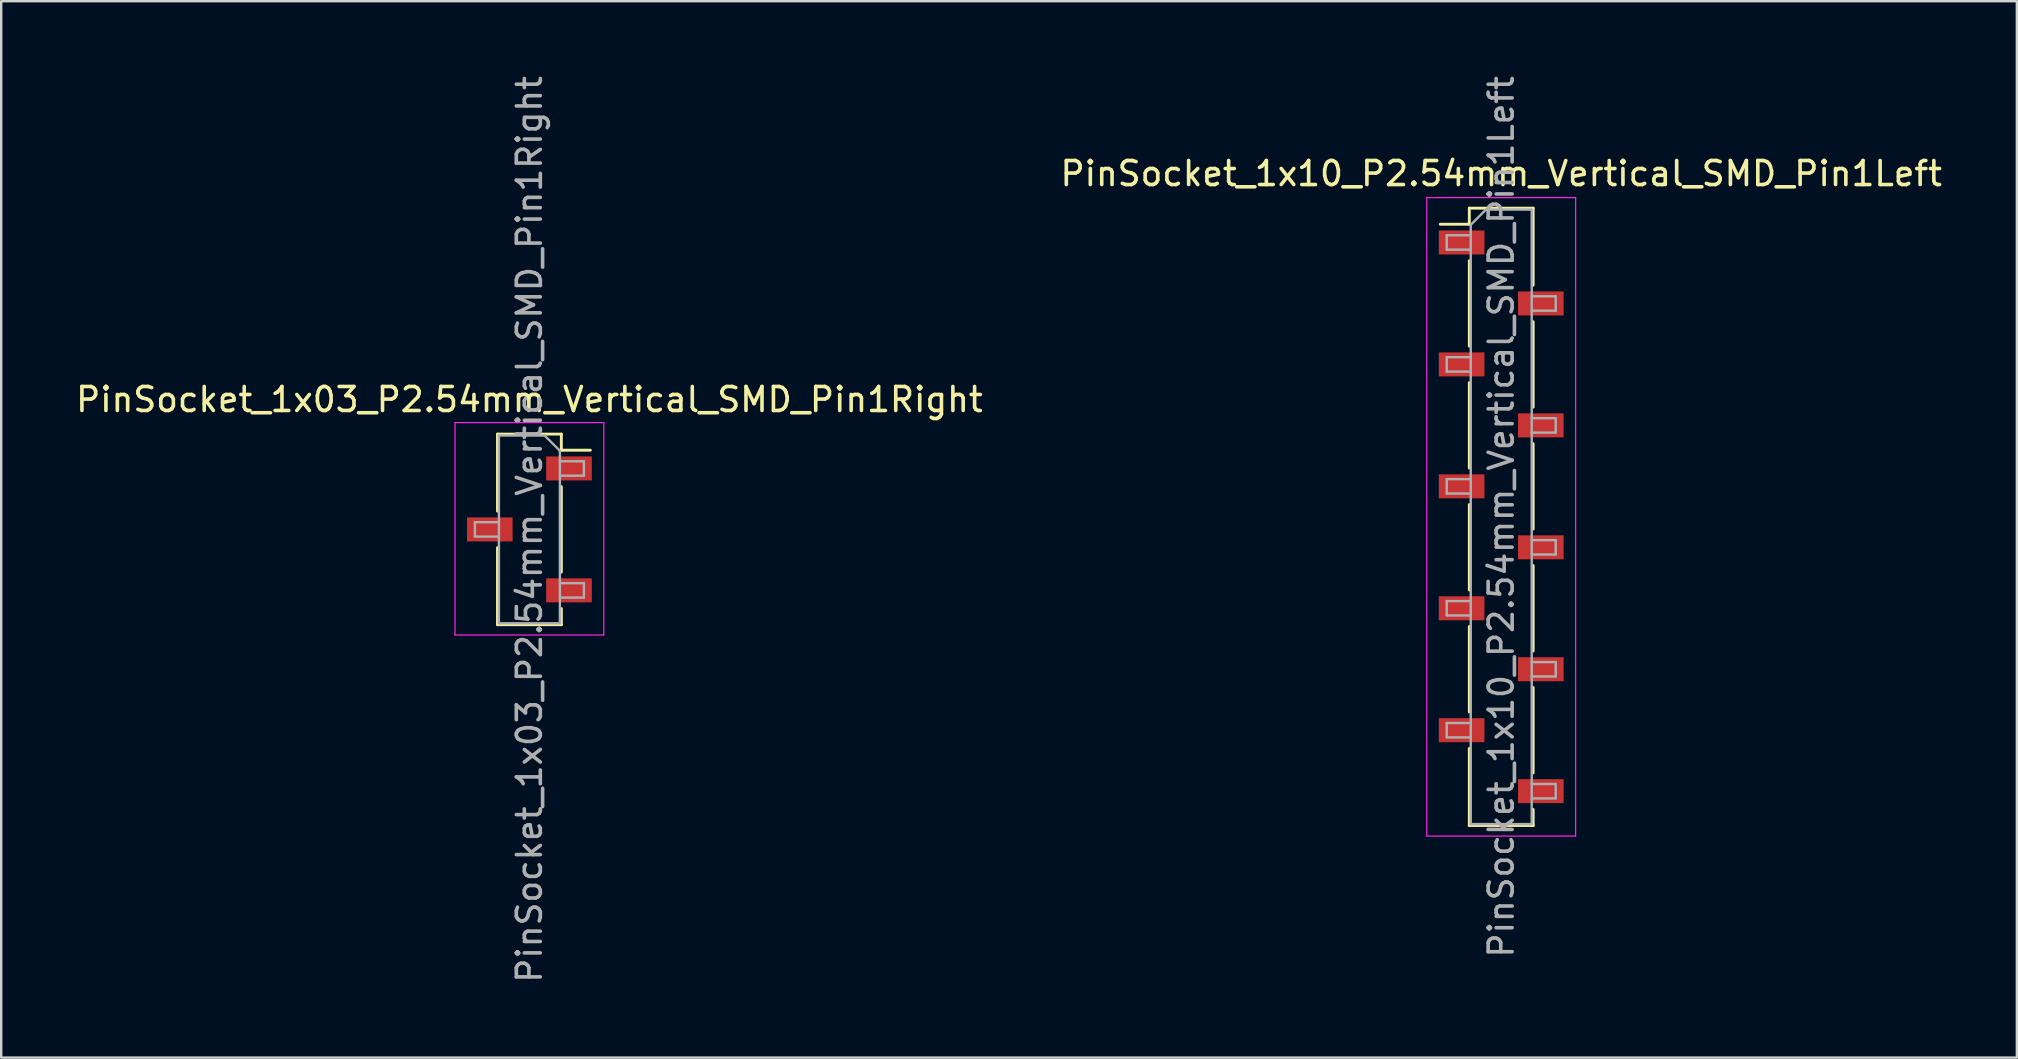
<source format=kicad_pcb>
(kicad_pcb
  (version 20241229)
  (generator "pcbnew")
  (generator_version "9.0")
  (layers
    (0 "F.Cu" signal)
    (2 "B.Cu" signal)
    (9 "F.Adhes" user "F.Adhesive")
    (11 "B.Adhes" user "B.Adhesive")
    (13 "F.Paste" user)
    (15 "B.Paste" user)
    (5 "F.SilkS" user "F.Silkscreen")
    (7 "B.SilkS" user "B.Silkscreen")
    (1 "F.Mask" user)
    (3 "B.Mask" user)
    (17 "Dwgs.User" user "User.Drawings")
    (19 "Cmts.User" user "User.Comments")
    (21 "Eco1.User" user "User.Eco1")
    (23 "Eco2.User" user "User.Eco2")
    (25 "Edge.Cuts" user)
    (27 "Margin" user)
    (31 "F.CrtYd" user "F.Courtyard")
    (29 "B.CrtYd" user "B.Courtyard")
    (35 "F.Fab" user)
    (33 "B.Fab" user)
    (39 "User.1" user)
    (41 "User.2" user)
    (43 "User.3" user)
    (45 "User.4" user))
  (footprint "PinSocket_1x10_P2.54mm_Vertical_SMD_Pin1Left"
    (layer "F.Cu")
    (at 59.494 18.482)
    (property "Reference" "PinSocket_1x10_P2.54mm_Vertical_SMD_Pin1Left" (at 0 -14.3 0) (layer "F.SilkS") (effects (font (size 1 1) (thickness 0.15))))
    (attr smd)
    (fp_line (start -2.54 -12.19) (end -1.33 -12.19) (stroke (width 0.12) (type solid)) (layer "F.SilkS"))
    (fp_line (start -1.33 -12.86) (end -1.33 -12.19) (stroke (width 0.12) (type solid)) (layer "F.SilkS"))
    (fp_line (start -1.33 -12.86) (end 1.33 -12.86) (stroke (width 0.12) (type solid)) (layer "F.SilkS"))
    (fp_line (start -1.33 -10.67) (end -1.33 -7.11) (stroke (width 0.12) (type solid)) (layer "F.SilkS"))
    (fp_line (start -1.33 -5.59) (end -1.33 -2.03) (stroke (width 0.12) (type solid)) (layer "F.SilkS"))
    (fp_line (start -1.33 -0.51) (end -1.33 3.05) (stroke (width 0.12) (type solid)) (layer "F.SilkS"))
    (fp_line (start -1.33 4.57) (end -1.33 8.13) (stroke (width 0.12) (type solid)) (layer "F.SilkS"))
    (fp_line (start -1.33 9.65) (end -1.33 12.86) (stroke (width 0.12) (type solid)) (layer "F.SilkS"))
    (fp_line (start -1.33 12.86) (end 1.33 12.86) (stroke (width 0.12) (type solid)) (layer "F.SilkS"))
    (fp_line (start 1.33 -12.86) (end 1.33 -9.65) (stroke (width 0.12) (type solid)) (layer "F.SilkS"))
    (fp_line (start 1.33 -8.13) (end 1.33 -4.57) (stroke (width 0.12) (type solid)) (layer "F.SilkS"))
    (fp_line (start 1.33 -3.05) (end 1.33 0.51) (stroke (width 0.12) (type solid)) (layer "F.SilkS"))
    (fp_line (start 1.33 2.03) (end 1.33 5.59) (stroke (width 0.12) (type solid)) (layer "F.SilkS"))
    (fp_line (start 1.33 7.11) (end 1.33 10.67) (stroke (width 0.12) (type solid)) (layer "F.SilkS"))
    (fp_line (start 1.33 12.19) (end 1.33 12.86) (stroke (width 0.12) (type solid)) (layer "F.SilkS"))
    (fp_line (start -3.1 -13.3) (end 3.1 -13.3) (stroke (width 0.05) (type solid)) (layer "F.CrtYd"))
    (fp_line (start -3.1 13.3) (end -3.1 -13.3) (stroke (width 0.05) (type solid)) (layer "F.CrtYd"))
    (fp_line (start 3.1 -13.3) (end 3.1 13.3) (stroke (width 0.05) (type solid)) (layer "F.CrtYd"))
    (fp_line (start 3.1 13.3) (end -3.1 13.3) (stroke (width 0.05) (type solid)) (layer "F.CrtYd"))
    (fp_line (start -2.27 -11.73) (end -1.27 -11.73) (stroke (width 0.1) (type solid)) (layer "F.Fab"))
    (fp_line (start -2.27 -11.13) (end -2.27 -11.73) (stroke (width 0.1) (type solid)) (layer "F.Fab"))
    (fp_line (start -2.27 -6.65) (end -1.27 -6.65) (stroke (width 0.1) (type solid)) (layer "F.Fab"))
    (fp_line (start -2.27 -6.05) (end -2.27 -6.65) (stroke (width 0.1) (type solid)) (layer "F.Fab"))
    (fp_line (start -2.27 -1.57) (end -1.27 -1.57) (stroke (width 0.1) (type solid)) (layer "F.Fab"))
    (fp_line (start -2.27 -0.97) (end -2.27 -1.57) (stroke (width 0.1) (type solid)) (layer "F.Fab"))
    (fp_line (start -2.27 3.51) (end -1.27 3.51) (stroke (width 0.1) (type solid)) (layer "F.Fab"))
    (fp_line (start -2.27 4.11) (end -2.27 3.51) (stroke (width 0.1) (type solid)) (layer "F.Fab"))
    (fp_line (start -2.27 8.59) (end -1.27 8.59) (stroke (width 0.1) (type solid)) (layer "F.Fab"))
    (fp_line (start -2.27 9.19) (end -2.27 8.59) (stroke (width 0.1) (type solid)) (layer "F.Fab"))
    (fp_line (start -1.27 -12.165) (end -0.635 -12.8) (stroke (width 0.1) (type solid)) (layer "F.Fab"))
    (fp_line (start -1.27 -11.13) (end -2.27 -11.13) (stroke (width 0.1) (type solid)) (layer "F.Fab"))
    (fp_line (start -1.27 -6.05) (end -2.27 -6.05) (stroke (width 0.1) (type solid)) (layer "F.Fab"))
    (fp_line (start -1.27 -0.97) (end -2.27 -0.97) (stroke (width 0.1) (type solid)) (layer "F.Fab"))
    (fp_line (start -1.27 4.11) (end -2.27 4.11) (stroke (width 0.1) (type solid)) (layer "F.Fab"))
    (fp_line (start -1.27 9.19) (end -2.27 9.19) (stroke (width 0.1) (type solid)) (layer "F.Fab"))
    (fp_line (start -1.27 12.8) (end -1.27 -12.165) (stroke (width 0.1) (type solid)) (layer "F.Fab"))
    (fp_line (start -0.635 -12.8) (end 1.27 -12.8) (stroke (width 0.1) (type solid)) (layer "F.Fab"))
    (fp_line (start 1.27 -12.8) (end 1.27 12.8) (stroke (width 0.1) (type solid)) (layer "F.Fab"))
    (fp_line (start 1.27 -9.19) (end 2.27 -9.19) (stroke (width 0.1) (type solid)) (layer "F.Fab"))
    (fp_line (start 1.27 -4.11) (end 2.27 -4.11) (stroke (width 0.1) (type solid)) (layer "F.Fab"))
    (fp_line (start 1.27 0.97) (end 2.27 0.97) (stroke (width 0.1) (type solid)) (layer "F.Fab"))
    (fp_line (start 1.27 6.05) (end 2.27 6.05) (stroke (width 0.1) (type solid)) (layer "F.Fab"))
    (fp_line (start 1.27 11.13) (end 2.27 11.13) (stroke (width 0.1) (type solid)) (layer "F.Fab"))
    (fp_line (start 1.27 12.8) (end -1.27 12.8) (stroke (width 0.1) (type solid)) (layer "F.Fab"))
    (fp_line (start 2.27 -9.19) (end 2.27 -8.59) (stroke (width 0.1) (type solid)) (layer "F.Fab"))
    (fp_line (start 2.27 -8.59) (end 1.27 -8.59) (stroke (width 0.1) (type solid)) (layer "F.Fab"))
    (fp_line (start 2.27 -4.11) (end 2.27 -3.51) (stroke (width 0.1) (type solid)) (layer "F.Fab"))
    (fp_line (start 2.27 -3.51) (end 1.27 -3.51) (stroke (width 0.1) (type solid)) (layer "F.Fab"))
    (fp_line (start 2.27 0.97) (end 2.27 1.57) (stroke (width 0.1) (type solid)) (layer "F.Fab"))
    (fp_line (start 2.27 1.57) (end 1.27 1.57) (stroke (width 0.1) (type solid)) (layer "F.Fab"))
    (fp_line (start 2.27 6.05) (end 2.27 6.65) (stroke (width 0.1) (type solid)) (layer "F.Fab"))
    (fp_line (start 2.27 6.65) (end 1.27 6.65) (stroke (width 0.1) (type solid)) (layer "F.Fab"))
    (fp_line (start 2.27 11.13) (end 2.27 11.73) (stroke (width 0.1) (type solid)) (layer "F.Fab"))
    (fp_line (start 2.27 11.73) (end 1.27 11.73) (stroke (width 0.1) (type solid)) (layer "F.Fab"))
    (fp_text user "${REFERENCE}" (at 0 0 90) (layer "F.Fab") (effects (font (size 1 1) (thickness 0.15))))
    (pad "1" smd rect (at -1.65 -11.43) (size 1.9 1) (layers "F.Cu" "F.Mask" "F.Paste"))
    (pad "2" smd rect (at 1.65 -8.89) (size 1.9 1) (layers "F.Cu" "F.Mask" "F.Paste"))
    (pad "3" smd rect (at -1.65 -6.35) (size 1.9 1) (layers "F.Cu" "F.Mask" "F.Paste"))
    (pad "4" smd rect (at 1.65 -3.81) (size 1.9 1) (layers "F.Cu" "F.Mask" "F.Paste"))
    (pad "5" smd rect (at -1.65 -1.27) (size 1.9 1) (layers "F.Cu" "F.Mask" "F.Paste"))
    (pad "6" smd rect (at 1.65 1.27) (size 1.9 1) (layers "F.Cu" "F.Mask" "F.Paste"))
    (pad "7" smd rect (at -1.65 3.81) (size 1.9 1) (layers "F.Cu" "F.Mask" "F.Paste"))
    (pad "8" smd rect (at 1.65 6.35) (size 1.9 1) (layers "F.Cu" "F.Mask" "F.Paste"))
    (pad "9" smd rect (at -1.65 8.89) (size 1.9 1) (layers "F.Cu" "F.Mask" "F.Paste"))
    (pad "10" smd rect (at 1.65 11.43) (size 1.9 1) (layers "F.Cu" "F.Mask" "F.Paste")))
  (footprint "PinSocket_1x03_P2.54mm_Vertical_SMD_Pin1Right"
    (layer "F.Cu")
    (at 19.006 19.006)
    (property "Reference" "PinSocket_1x03_P2.54mm_Vertical_SMD_Pin1Right" (at 0 -5.41 0) (layer "F.SilkS") (effects (font (size 1 1) (thickness 0.15))))
    (attr smd)
    (fp_line (start -1.33 -3.97) (end -1.33 -0.76) (stroke (width 0.12) (type solid)) (layer "F.SilkS"))
    (fp_line (start -1.33 -3.97) (end 1.33 -3.97) (stroke (width 0.12) (type solid)) (layer "F.SilkS"))
    (fp_line (start -1.33 0.76) (end -1.33 3.97) (stroke (width 0.12) (type solid)) (layer "F.SilkS"))
    (fp_line (start -1.33 3.97) (end 1.33 3.97) (stroke (width 0.12) (type solid)) (layer "F.SilkS"))
    (fp_line (start 1.33 -3.97) (end 1.33 -3.3) (stroke (width 0.12) (type solid)) (layer "F.SilkS"))
    (fp_line (start 1.33 -3.3) (end 2.54 -3.3) (stroke (width 0.12) (type solid)) (layer "F.SilkS"))
    (fp_line (start 1.33 -1.78) (end 1.33 1.78) (stroke (width 0.12) (type solid)) (layer "F.SilkS"))
    (fp_line (start 1.33 3.3) (end 1.33 3.97) (stroke (width 0.12) (type solid)) (layer "F.SilkS"))
    (fp_line (start -3.1 -4.45) (end 3.1 -4.45) (stroke (width 0.05) (type solid)) (layer "F.CrtYd"))
    (fp_line (start -3.1 4.4) (end -3.1 -4.45) (stroke (width 0.05) (type solid)) (layer "F.CrtYd"))
    (fp_line (start 3.1 -4.45) (end 3.1 4.4) (stroke (width 0.05) (type solid)) (layer "F.CrtYd"))
    (fp_line (start 3.1 4.4) (end -3.1 4.4) (stroke (width 0.05) (type solid)) (layer "F.CrtYd"))
    (fp_line (start -2.27 -0.3) (end -1.27 -0.3) (stroke (width 0.1) (type solid)) (layer "F.Fab"))
    (fp_line (start -2.27 0.3) (end -2.27 -0.3) (stroke (width 0.1) (type solid)) (layer "F.Fab"))
    (fp_line (start -1.27 -3.91) (end 0.635 -3.91) (stroke (width 0.1) (type solid)) (layer "F.Fab"))
    (fp_line (start -1.27 0.3) (end -2.27 0.3) (stroke (width 0.1) (type solid)) (layer "F.Fab"))
    (fp_line (start -1.27 3.91) (end -1.27 -3.91) (stroke (width 0.1) (type solid)) (layer "F.Fab"))
    (fp_line (start 0.635 -3.91) (end 1.27 -3.275) (stroke (width 0.1) (type solid)) (layer "F.Fab"))
    (fp_line (start 1.27 -3.275) (end 1.27 3.91) (stroke (width 0.1) (type solid)) (layer "F.Fab"))
    (fp_line (start 1.27 -2.84) (end 2.27 -2.84) (stroke (width 0.1) (type solid)) (layer "F.Fab"))
    (fp_line (start 1.27 2.24) (end 2.27 2.24) (stroke (width 0.1) (type solid)) (layer "F.Fab"))
    (fp_line (start 1.27 3.91) (end -1.27 3.91) (stroke (width 0.1) (type solid)) (layer "F.Fab"))
    (fp_line (start 2.27 -2.84) (end 2.27 -2.24) (stroke (width 0.1) (type solid)) (layer "F.Fab"))
    (fp_line (start 2.27 -2.24) (end 1.27 -2.24) (stroke (width 0.1) (type solid)) (layer "F.Fab"))
    (fp_line (start 2.27 2.24) (end 2.27 2.84) (stroke (width 0.1) (type solid)) (layer "F.Fab"))
    (fp_line (start 2.27 2.84) (end 1.27 2.84) (stroke (width 0.1) (type solid)) (layer "F.Fab"))
    (fp_text user "${REFERENCE}" (at 0 0 90) (layer "F.Fab") (effects (font (size 1 1) (thickness 0.15))))
    (pad "1" smd rect (at 1.65 -2.54) (size 1.9 1) (layers "F.Cu" "F.Mask" "F.Paste"))
    (pad "2" smd rect (at -1.65 0) (size 1.9 1) (layers "F.Cu" "F.Mask" "F.Paste"))
    (pad "3" smd rect (at 1.65 2.54) (size 1.9 1) (layers "F.Cu" "F.Mask" "F.Paste")))
  (gr_rect
    (start -3 -3)
    (end 80.976 41.012)
    (stroke (width 0.1) (type default))
    (fill no)
    (layer "Edge.Cuts")))
</source>
